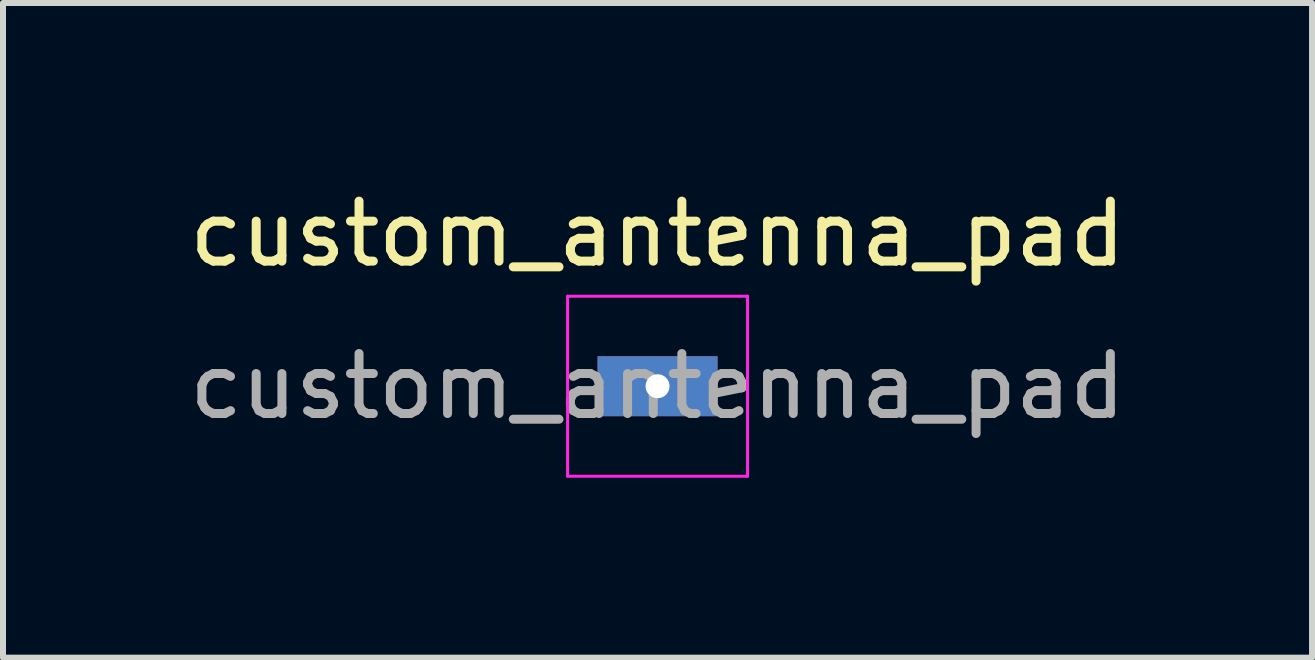
<source format=kicad_pcb>
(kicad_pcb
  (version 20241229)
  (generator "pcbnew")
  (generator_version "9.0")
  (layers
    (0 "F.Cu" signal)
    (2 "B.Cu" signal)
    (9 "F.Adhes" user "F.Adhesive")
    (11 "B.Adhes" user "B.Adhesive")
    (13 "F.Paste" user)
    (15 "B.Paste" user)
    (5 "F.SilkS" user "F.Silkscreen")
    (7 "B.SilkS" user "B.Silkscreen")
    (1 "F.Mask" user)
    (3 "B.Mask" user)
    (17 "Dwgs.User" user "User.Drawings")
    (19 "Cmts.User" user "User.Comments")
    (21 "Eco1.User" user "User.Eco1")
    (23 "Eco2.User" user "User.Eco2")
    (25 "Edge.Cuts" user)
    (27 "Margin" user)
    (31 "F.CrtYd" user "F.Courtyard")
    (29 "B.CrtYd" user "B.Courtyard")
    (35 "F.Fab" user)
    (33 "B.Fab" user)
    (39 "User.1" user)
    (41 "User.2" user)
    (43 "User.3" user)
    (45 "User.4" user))
  (footprint "custom_antenna_pad"
    (layer "F.Cu")
    (at 7.911 3.388)
    (property "Reference" "custom_antenna_pad" (at 0 -2.54 0) (layer "F.SilkS") (effects (font (size 1 1) (thickness 0.15))))
    (attr exclude_from_pos_files exclude_from_bom)
    (fp_line (start -1.5 -1.5) (end -1.5 1.5) (stroke (width 0.05) (type solid)) (layer "F.CrtYd"))
    (fp_line (start -1.5 -1.5) (end 1.5 -1.5) (stroke (width 0.05) (type solid)) (layer "F.CrtYd"))
    (fp_line (start 1.5 1.5) (end -1.5 1.5) (stroke (width 0.05) (type solid)) (layer "F.CrtYd"))
    (fp_line (start 1.5 1.5) (end 1.5 -1.5) (stroke (width 0.05) (type solid)) (layer "F.CrtYd"))
    (fp_text user "${REFERENCE}" (at 0 0 0) (layer "F.Fab") (effects (font (size 1 1) (thickness 0.15))))
    (pad "1" thru_hole custom (at 0 0) (size 2 1) (drill 0.4) (layers "*.Cu" "*.Mask") (options (anchor rect)) (primitives)))
  (gr_rect
    (start -3 -3)
    (end 18.821 7.913)
    (stroke (width 0.1) (type default))
    (fill no)
    (layer "Edge.Cuts")))
</source>
